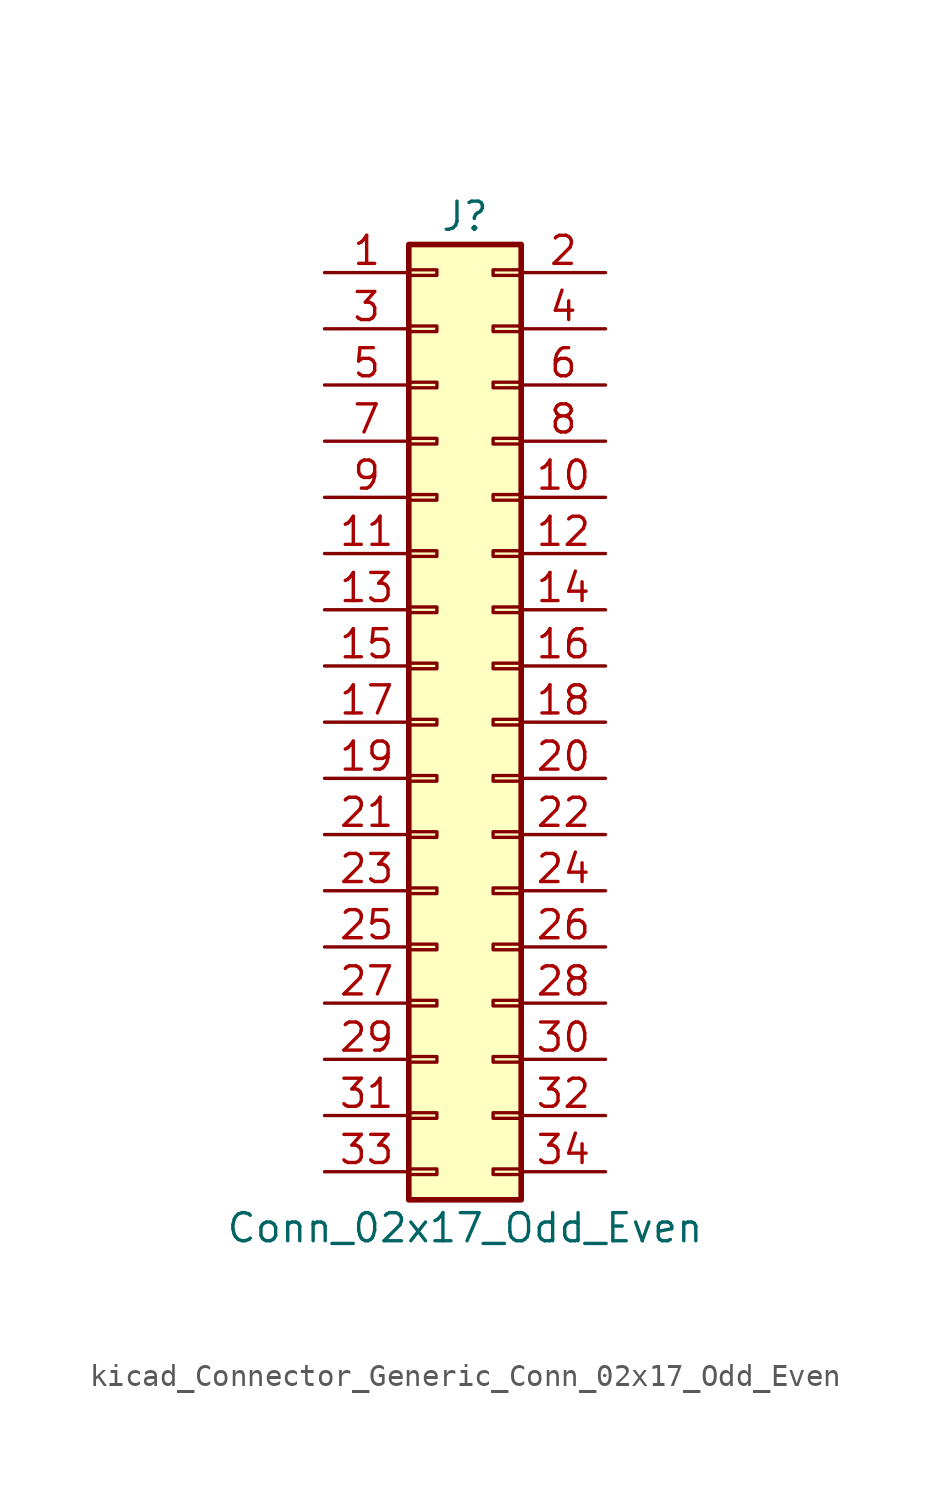
<source format=kicad_sym>
(kicad_symbol_lib
  (version 20220914)
  (generator kicad_symbol_editor)
  (symbol "kicad_Connector_Generic_Conn_02x17_Odd_Even"
    (pin_names
      (offset 1.016) hide)
    (property "Reference" "J"
      (at 1.27 22.86 0)
      (effects (font (size 1.27 1.27))))
    (property "Value" "Conn_02x17_Odd_Even"
      (at 1.27 -22.86 0)
      (effects (font (size 1.27 1.27))))
    (symbol "kicad_Connector_Generic_Conn_02x17_Odd_Even_1_1"
      (rectangle (start -1.27 -20.193) (end 0 -20.447) (stroke (width 0.152) (type default)) (fill (type none)))
      (rectangle (start -1.27 -17.653) (end 0 -17.907) (stroke (width 0.152) (type default)) (fill (type none)))
      (rectangle (start -1.27 -15.113) (end 0 -15.367) (stroke (width 0.152) (type default)) (fill (type none)))
      (rectangle (start -1.27 -12.573) (end 0 -12.827) (stroke (width 0.152) (type default)) (fill (type none)))
      (rectangle (start -1.27 -10.033) (end 0 -10.287) (stroke (width 0.152) (type default)) (fill (type none)))
      (rectangle (start -1.27 -7.493) (end 0 -7.747) (stroke (width 0.152) (type default)) (fill (type none)))
      (rectangle (start -1.27 -4.953) (end 0 -5.207) (stroke (width 0.152) (type default)) (fill (type none)))
      (rectangle (start -1.27 -2.413) (end 0 -2.667) (stroke (width 0.152) (type default)) (fill (type none)))
      (rectangle (start -1.27 0.127) (end 0 -0.127) (stroke (width 0.152) (type default)) (fill (type none)))
      (rectangle (start -1.27 2.667) (end 0 2.413) (stroke (width 0.152) (type default)) (fill (type none)))
      (rectangle (start -1.27 5.207) (end 0 4.953) (stroke (width 0.152) (type default)) (fill (type none)))
      (rectangle (start -1.27 7.747) (end 0 7.493) (stroke (width 0.152) (type default)) (fill (type none)))
      (rectangle (start -1.27 10.287) (end 0 10.033) (stroke (width 0.152) (type default)) (fill (type none)))
      (rectangle (start -1.27 12.827) (end 0 12.573) (stroke (width 0.152) (type default)) (fill (type none)))
      (rectangle (start -1.27 15.367) (end 0 15.113) (stroke (width 0.152) (type default)) (fill (type none)))
      (rectangle (start -1.27 17.907) (end 0 17.653) (stroke (width 0.152) (type default)) (fill (type none)))
      (rectangle (start -1.27 20.447) (end 0 20.193) (stroke (width 0.152) (type default)) (fill (type none)))
      (rectangle (start -1.27 21.59) (end 3.81 -21.59) (stroke (width 0.254) (type default)) (fill (type background)))
      (rectangle (start 3.81 -20.193) (end 2.54 -20.447) (stroke (width 0.152) (type default)) (fill (type none)))
      (rectangle (start 3.81 -17.653) (end 2.54 -17.907) (stroke (width 0.152) (type default)) (fill (type none)))
      (rectangle (start 3.81 -15.113) (end 2.54 -15.367) (stroke (width 0.152) (type default)) (fill (type none)))
      (rectangle (start 3.81 -12.573) (end 2.54 -12.827) (stroke (width 0.152) (type default)) (fill (type none)))
      (rectangle (start 3.81 -10.033) (end 2.54 -10.287) (stroke (width 0.152) (type default)) (fill (type none)))
      (rectangle (start 3.81 -7.493) (end 2.54 -7.747) (stroke (width 0.152) (type default)) (fill (type none)))
      (rectangle (start 3.81 -4.953) (end 2.54 -5.207) (stroke (width 0.152) (type default)) (fill (type none)))
      (rectangle (start 3.81 -2.413) (end 2.54 -2.667) (stroke (width 0.152) (type default)) (fill (type none)))
      (rectangle (start 3.81 0.127) (end 2.54 -0.127) (stroke (width 0.152) (type default)) (fill (type none)))
      (rectangle (start 3.81 2.667) (end 2.54 2.413) (stroke (width 0.152) (type default)) (fill (type none)))
      (rectangle (start 3.81 5.207) (end 2.54 4.953) (stroke (width 0.152) (type default)) (fill (type none)))
      (rectangle (start 3.81 7.747) (end 2.54 7.493) (stroke (width 0.152) (type default)) (fill (type none)))
      (rectangle (start 3.81 10.287) (end 2.54 10.033) (stroke (width 0.152) (type default)) (fill (type none)))
      (rectangle (start 3.81 12.827) (end 2.54 12.573) (stroke (width 0.152) (type default)) (fill (type none)))
      (rectangle (start 3.81 15.367) (end 2.54 15.113) (stroke (width 0.152) (type default)) (fill (type none)))
      (rectangle (start 3.81 17.907) (end 2.54 17.653) (stroke (width 0.152) (type default)) (fill (type none)))
      (rectangle (start 3.81 20.447) (end 2.54 20.193) (stroke (width 0.152) (type default)) (fill (type none)))
      (pin passive line (at -5.08 20.32 0) (length 3.81) (name "Pin_1" (effects (font (size 1.27 1.27)))) (number "1" (effects (font (size 1.27 1.27)))))
      (pin passive line (at 7.62 10.16 180) (length 3.81) (name "Pin_10" (effects (font (size 1.27 1.27)))) (number "10" (effects (font (size 1.27 1.27)))))
      (pin passive line (at -5.08 7.62 0) (length 3.81) (name "Pin_11" (effects (font (size 1.27 1.27)))) (number "11" (effects (font (size 1.27 1.27)))))
      (pin passive line (at 7.62 7.62 180) (length 3.81) (name "Pin_12" (effects (font (size 1.27 1.27)))) (number "12" (effects (font (size 1.27 1.27)))))
      (pin passive line (at -5.08 5.08 0) (length 3.81) (name "Pin_13" (effects (font (size 1.27 1.27)))) (number "13" (effects (font (size 1.27 1.27)))))
      (pin passive line (at 7.62 5.08 180) (length 3.81) (name "Pin_14" (effects (font (size 1.27 1.27)))) (number "14" (effects (font (size 1.27 1.27)))))
      (pin passive line (at -5.08 2.54 0) (length 3.81) (name "Pin_15" (effects (font (size 1.27 1.27)))) (number "15" (effects (font (size 1.27 1.27)))))
      (pin passive line (at 7.62 2.54 180) (length 3.81) (name "Pin_16" (effects (font (size 1.27 1.27)))) (number "16" (effects (font (size 1.27 1.27)))))
      (pin passive line (at -5.08 0 0) (length 3.81) (name "Pin_17" (effects (font (size 1.27 1.27)))) (number "17" (effects (font (size 1.27 1.27)))))
      (pin passive line (at 7.62 0 180) (length 3.81) (name "Pin_18" (effects (font (size 1.27 1.27)))) (number "18" (effects (font (size 1.27 1.27)))))
      (pin passive line (at -5.08 -2.54 0) (length 3.81) (name "Pin_19" (effects (font (size 1.27 1.27)))) (number "19" (effects (font (size 1.27 1.27)))))
      (pin passive line (at 7.62 20.32 180) (length 3.81) (name "Pin_2" (effects (font (size 1.27 1.27)))) (number "2" (effects (font (size 1.27 1.27)))))
      (pin passive line (at 7.62 -2.54 180) (length 3.81) (name "Pin_20" (effects (font (size 1.27 1.27)))) (number "20" (effects (font (size 1.27 1.27)))))
      (pin passive line (at -5.08 -5.08 0) (length 3.81) (name "Pin_21" (effects (font (size 1.27 1.27)))) (number "21" (effects (font (size 1.27 1.27)))))
      (pin passive line (at 7.62 -5.08 180) (length 3.81) (name "Pin_22" (effects (font (size 1.27 1.27)))) (number "22" (effects (font (size 1.27 1.27)))))
      (pin passive line (at -5.08 -7.62 0) (length 3.81) (name "Pin_23" (effects (font (size 1.27 1.27)))) (number "23" (effects (font (size 1.27 1.27)))))
      (pin passive line (at 7.62 -7.62 180) (length 3.81) (name "Pin_24" (effects (font (size 1.27 1.27)))) (number "24" (effects (font (size 1.27 1.27)))))
      (pin passive line (at -5.08 -10.16 0) (length 3.81) (name "Pin_25" (effects (font (size 1.27 1.27)))) (number "25" (effects (font (size 1.27 1.27)))))
      (pin passive line (at 7.62 -10.16 180) (length 3.81) (name "Pin_26" (effects (font (size 1.27 1.27)))) (number "26" (effects (font (size 1.27 1.27)))))
      (pin passive line (at -5.08 -12.7 0) (length 3.81) (name "Pin_27" (effects (font (size 1.27 1.27)))) (number "27" (effects (font (size 1.27 1.27)))))
      (pin passive line (at 7.62 -12.7 180) (length 3.81) (name "Pin_28" (effects (font (size 1.27 1.27)))) (number "28" (effects (font (size 1.27 1.27)))))
      (pin passive line (at -5.08 -15.24 0) (length 3.81) (name "Pin_29" (effects (font (size 1.27 1.27)))) (number "29" (effects (font (size 1.27 1.27)))))
      (pin passive line (at -5.08 17.78 0) (length 3.81) (name "Pin_3" (effects (font (size 1.27 1.27)))) (number "3" (effects (font (size 1.27 1.27)))))
      (pin passive line (at 7.62 -15.24 180) (length 3.81) (name "Pin_30" (effects (font (size 1.27 1.27)))) (number "30" (effects (font (size 1.27 1.27)))))
      (pin passive line (at -5.08 -17.78 0) (length 3.81) (name "Pin_31" (effects (font (size 1.27 1.27)))) (number "31" (effects (font (size 1.27 1.27)))))
      (pin passive line (at 7.62 -17.78 180) (length 3.81) (name "Pin_32" (effects (font (size 1.27 1.27)))) (number "32" (effects (font (size 1.27 1.27)))))
      (pin passive line (at -5.08 -20.32 0) (length 3.81) (name "Pin_33" (effects (font (size 1.27 1.27)))) (number "33" (effects (font (size 1.27 1.27)))))
      (pin passive line (at 7.62 -20.32 180) (length 3.81) (name "Pin_34" (effects (font (size 1.27 1.27)))) (number "34" (effects (font (size 1.27 1.27)))))
      (pin passive line (at 7.62 17.78 180) (length 3.81) (name "Pin_4" (effects (font (size 1.27 1.27)))) (number "4" (effects (font (size 1.27 1.27)))))
      (pin passive line (at -5.08 15.24 0) (length 3.81) (name "Pin_5" (effects (font (size 1.27 1.27)))) (number "5" (effects (font (size 1.27 1.27)))))
      (pin passive line (at 7.62 15.24 180) (length 3.81) (name "Pin_6" (effects (font (size 1.27 1.27)))) (number "6" (effects (font (size 1.27 1.27)))))
      (pin passive line (at -5.08 12.7 0) (length 3.81) (name "Pin_7" (effects (font (size 1.27 1.27)))) (number "7" (effects (font (size 1.27 1.27)))))
      (pin passive line (at 7.62 12.7 180) (length 3.81) (name "Pin_8" (effects (font (size 1.27 1.27)))) (number "8" (effects (font (size 1.27 1.27)))))
      (pin passive line (at -5.08 10.16 0) (length 3.81) (name "Pin_9" (effects (font (size 1.27 1.27)))) (number "9" (effects (font (size 1.27 1.27))))))))
</source>
